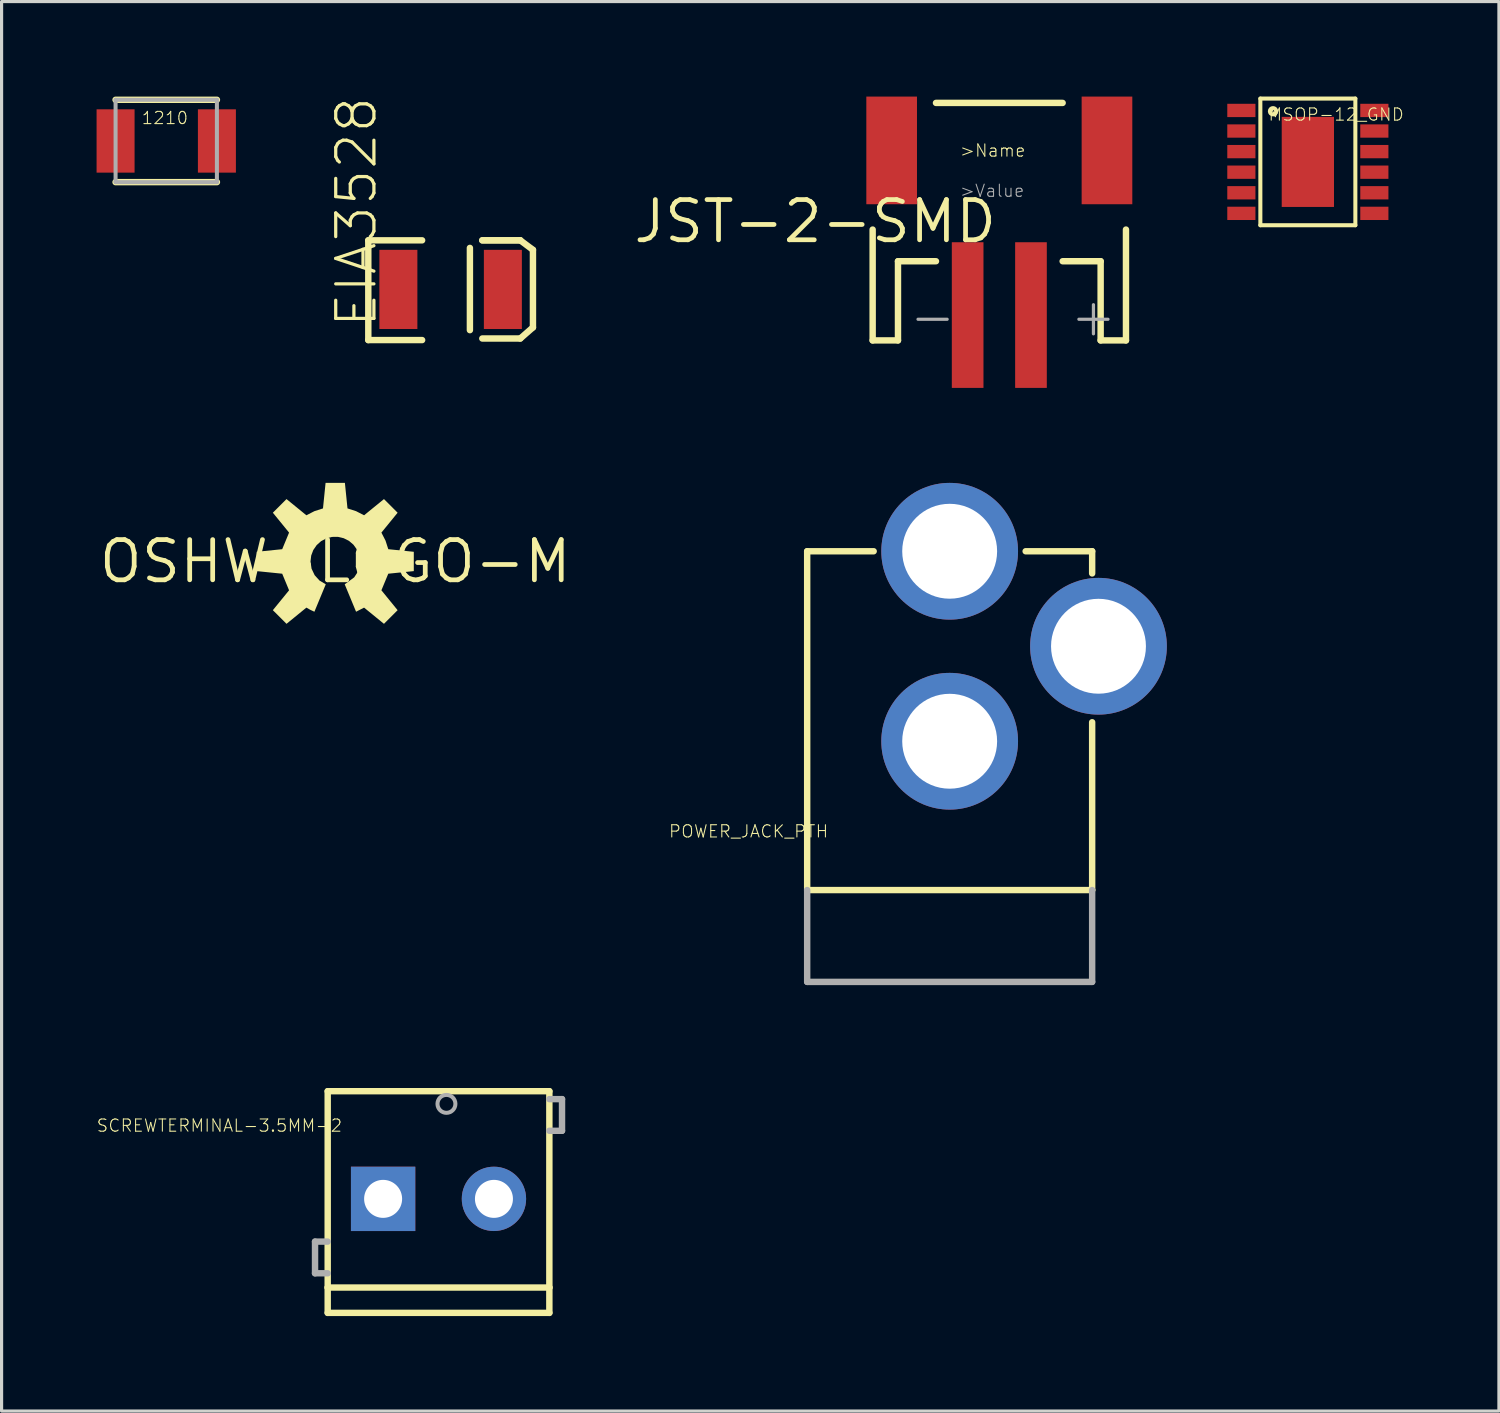
<source format=kicad_pcb>
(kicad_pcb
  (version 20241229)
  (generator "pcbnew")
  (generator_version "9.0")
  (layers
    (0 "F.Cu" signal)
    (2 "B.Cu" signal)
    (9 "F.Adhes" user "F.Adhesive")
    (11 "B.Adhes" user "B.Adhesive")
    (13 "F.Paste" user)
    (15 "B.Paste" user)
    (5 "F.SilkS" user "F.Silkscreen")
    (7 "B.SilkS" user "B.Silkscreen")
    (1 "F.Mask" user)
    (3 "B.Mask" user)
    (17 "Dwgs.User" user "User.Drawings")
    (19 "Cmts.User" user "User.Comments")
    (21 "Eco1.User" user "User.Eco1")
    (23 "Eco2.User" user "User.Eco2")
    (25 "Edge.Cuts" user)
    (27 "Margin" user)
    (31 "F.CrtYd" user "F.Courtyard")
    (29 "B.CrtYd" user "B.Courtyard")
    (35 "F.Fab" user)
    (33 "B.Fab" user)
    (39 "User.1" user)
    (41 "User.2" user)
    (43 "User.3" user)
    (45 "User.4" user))
  (footprint "POWER_JACK_PTH"
    (layer "F.Cu")
    (at 26.941 28.059)
    (property "Reference" "POWER_JACK_PTH" (at -3.81 -5.08 0) (layer "F.SilkS") (effects (font (size 0.386 0.386) (thickness 0.033)) (justify right top)))
    (attr through_hole)
    (fp_line (start -4.5 -13.7) (end -2.4 -13.7) (stroke (width 0.203) (type solid)) (layer "F.SilkS"))
    (fp_line (start -4.5 -3) (end -4.5 -13.7) (stroke (width 0.203) (type solid)) (layer "F.SilkS"))
    (fp_line (start -4.5 -3) (end 4.5 -3) (stroke (width 0.203) (type solid)) (layer "F.SilkS"))
    (fp_line (start 4.5 -13.7) (end 2.4 -13.7) (stroke (width 0.203) (type solid)) (layer "F.SilkS"))
    (fp_line (start 4.5 -13.7) (end 4.5 -13) (stroke (width 0.203) (type solid)) (layer "F.SilkS"))
    (fp_line (start 4.5 -3) (end 4.5 -8.3) (stroke (width 0.203) (type solid)) (layer "F.SilkS"))
    (fp_line (start -4.5 -3) (end -4.5 -0.1) (stroke (width 0.203) (type solid)) (layer "F.Fab"))
    (fp_line (start 4.5 -0.1) (end -4.5 -0.1) (stroke (width 0.203) (type solid)) (layer "F.Fab"))
    (fp_line (start 4.5 -0.1) (end 4.5 -3) (stroke (width 0.203) (type solid)) (layer "F.Fab"))
    (pad "GND" thru_hole circle (at 0 -7.7) (size 4.318 4.318) (drill 2.997) (layers "*.Cu" "*.Mask"))
    (pad "GNDBREAK" thru_hole circle (at 4.7 -10.7 90) (size 4.318 4.318) (drill 2.997) (layers "*.Cu" "*.Mask"))
    (pad "PWR" thru_hole circle (at 0 -13.7) (size 4.318 4.318) (drill 2.997) (layers "*.Cu" "*.Mask")))
  (footprint "MSOP-12_GND"
    (layer "F.Cu")
    (at 38.253 2.063)
    (property "Reference" "MSOP-12_GND" (at -1.27 -1.27 0) (layer "F.SilkS") (effects (font (size 0.386 0.386) (thickness 0.033)) (justify left bottom)))
    (attr through_hole)
    (fp_line (start -1.5 -2) (end -1.5 2) (stroke (width 0.127) (type solid)) (layer "F.SilkS"))
    (fp_line (start -1.5 2) (end 1.5 2) (stroke (width 0.127) (type solid)) (layer "F.SilkS"))
    (fp_line (start 1.5 -2) (end -1.5 -2) (stroke (width 0.127) (type solid)) (layer "F.SilkS"))
    (fp_line (start 1.5 2) (end 1.5 -2) (stroke (width 0.127) (type solid)) (layer "F.SilkS"))
    (fp_circle (center -1.1 -1.6) (end -1 -1.6) (stroke (width 0.127) (type solid)) (fill no) (layer "F.SilkS"))
    (fp_poly (pts (xy -0.7 -0.2) (xy -0.1 -0.2) (xy -0.1 -1.3) (xy -0.7 -1.3)) (stroke (width 0) (type solid)) (fill yes) (layer "F.Paste"))
    (fp_poly (pts (xy -0.7 1.3) (xy -0.1 1.3) (xy -0.1 0.2) (xy -0.7 0.2)) (stroke (width 0) (type solid)) (fill yes) (layer "F.Paste"))
    (fp_poly (pts (xy 0.1 -0.2) (xy 0.7 -0.2) (xy 0.7 -1.3) (xy 0.1 -1.3)) (stroke (width 0) (type solid)) (fill yes) (layer "F.Paste"))
    (fp_poly (pts (xy 0.1 1.3) (xy 0.7 1.3) (xy 0.7 0.2) (xy 0.1 0.2)) (stroke (width 0) (type solid)) (fill yes) (layer "F.Paste"))
    (pad "1" smd rect (at -2.1 -1.625 180) (size 0.889 0.42) (layers "F.Cu" "F.Mask" "F.Paste"))
    (pad "2" smd rect (at -2.1 -0.975 180) (size 0.889 0.42) (layers "F.Cu" "F.Mask" "F.Paste"))
    (pad "3" smd rect (at -2.1 -0.325 180) (size 0.889 0.42) (layers "F.Cu" "F.Mask" "F.Paste"))
    (pad "4" smd rect (at -2.1 0.325 180) (size 0.889 0.42) (layers "F.Cu" "F.Mask" "F.Paste"))
    (pad "5" smd rect (at -2.1 0.975 180) (size 0.889 0.42) (layers "F.Cu" "F.Mask" "F.Paste"))
    (pad "6" smd rect (at -2.1 1.625 180) (size 0.889 0.42) (layers "F.Cu" "F.Mask" "F.Paste"))
    (pad "7" smd rect (at 2.1 1.625 180) (size 0.889 0.42) (layers "F.Cu" "F.Mask" "F.Paste"))
    (pad "8" smd rect (at 2.1 0.975 180) (size 0.889 0.42) (layers "F.Cu" "F.Mask" "F.Paste"))
    (pad "9" smd rect (at 2.1 0.325 180) (size 0.889 0.42) (layers "F.Cu" "F.Mask" "F.Paste"))
    (pad "10" smd rect (at 2.1 -0.325 180) (size 0.889 0.42) (layers "F.Cu" "F.Mask" "F.Paste"))
    (pad "11" smd rect (at 2.1 -0.975 180) (size 0.889 0.42) (layers "F.Cu" "F.Mask" "F.Paste"))
    (pad "12" smd rect (at 2.1 -1.625 180) (size 0.889 0.42) (layers "F.Cu" "F.Mask" "F.Paste"))
    (pad "13" smd rect (at 0 0 90) (size 2.845 1.651) (layers "F.Cu" "F.Mask")))
  (footprint "JST-2-SMD"
    (layer "F.Cu")
    (at 28.509 3.2)
    (property "Reference" "JST-2-SMD" (at 0 0 0) (layer "F.SilkS") (effects (font (size 1.27 1.27) (thickness 0.15)) (justify right top)))
    (attr through_hole)
    (fp_line (start -4 1) (end -4 4.5) (stroke (width 0.203) (type solid)) (layer "F.SilkS"))
    (fp_line (start -4 4.5) (end -3.2 4.5) (stroke (width 0.203) (type solid)) (layer "F.SilkS"))
    (fp_line (start -3.2 2) (end -2 2) (stroke (width 0.203) (type solid)) (layer "F.SilkS"))
    (fp_line (start -3.2 4.5) (end -3.2 2) (stroke (width 0.203) (type solid)) (layer "F.SilkS"))
    (fp_line (start 2 -3) (end -2 -3) (stroke (width 0.203) (type solid)) (layer "F.SilkS"))
    (fp_line (start 2 2) (end 3.2 2) (stroke (width 0.203) (type solid)) (layer "F.SilkS"))
    (fp_line (start 3.2 2) (end 3.2 4.5) (stroke (width 0.203) (type solid)) (layer "F.SilkS"))
    (fp_line (start 3.2 4.5) (end 4 4.5) (stroke (width 0.203) (type solid)) (layer "F.SilkS"))
    (fp_line (start 4 4.5) (end 4 1) (stroke (width 0.203) (type solid)) (layer "F.SilkS"))
    (fp_text user ">Name" (at -1.27 -1.27 0) (layer "F.SilkS") (effects (font (size 0.386 0.386) (thickness 0.033)) (justify left bottom)))
    (fp_text user ">Value" (at -1.27 0 0) (layer "F.Fab") (effects (font (size 0.386 0.386) (thickness 0.033)) (justify left bottom)))
    (fp_text user "+" (at 2.159 4.445 0) (layer "F.Fab") (effects (font (size 1.206 1.206) (thickness 0.102)) (justify left bottom)))
    (fp_text user "-" (at -2.921 4.445 0) (layer "F.Fab") (effects (font (size 1.206 1.206) (thickness 0.102)) (justify left bottom)))
    (pad "1" smd rect (at -1 3.7) (size 1 4.6) (layers "F.Cu" "F.Mask" "F.Paste"))
    (pad "2" smd rect (at 1 3.7) (size 1 4.6) (layers "F.Cu" "F.Mask" "F.Paste"))
    (pad "NC1" smd rect (at -3.4 -1.5 90) (size 3.4 1.6) (layers "F.Cu" "F.Mask" "F.Paste"))
    (pad "NC2" smd rect (at 3.4 -1.5 90) (size 3.4 1.6) (layers "F.Cu" "F.Mask" "F.Paste")))
  (footprint "SCREWTERMINAL-3.5MM-2"
    (layer "F.Cu")
    (at 9.049 34.811)
    (property "Reference" "SCREWTERMINAL-3.5MM-2" (at -1.27 -2.54 0) (layer "F.SilkS") (effects (font (size 0.386 0.386) (thickness 0.033)) (justify right top)))
    (attr through_hole)
    (fp_line (start -1.75 -3.4) (end 5.25 -3.4) (stroke (width 0.203) (type solid)) (layer "F.SilkS"))
    (fp_line (start -1.75 2.8) (end -1.75 -3.4) (stroke (width 0.203) (type solid)) (layer "F.SilkS"))
    (fp_line (start -1.75 3.6) (end -1.75 2.8) (stroke (width 0.203) (type solid)) (layer "F.SilkS"))
    (fp_line (start 5.25 -3.4) (end 5.25 2.8) (stroke (width 0.203) (type solid)) (layer "F.SilkS"))
    (fp_line (start 5.25 2.8) (end -1.75 2.8) (stroke (width 0.203) (type solid)) (layer "F.SilkS"))
    (fp_line (start 5.25 2.8) (end 5.25 3.6) (stroke (width 0.203) (type solid)) (layer "F.SilkS"))
    (fp_line (start 5.25 3.6) (end -1.75 3.6) (stroke (width 0.203) (type solid)) (layer "F.SilkS"))
    (fp_line (start -2.15 1.35) (end -2.15 2.35) (stroke (width 0.203) (type solid)) (layer "F.Fab"))
    (fp_line (start -2.15 2.35) (end -1.75 2.35) (stroke (width 0.203) (type solid)) (layer "F.Fab"))
    (fp_line (start -1.75 1.35) (end -2.15 1.35) (stroke (width 0.203) (type solid)) (layer "F.Fab"))
    (fp_line (start 5.25 -3.15) (end 5.65 -3.15) (stroke (width 0.203) (type solid)) (layer "F.Fab"))
    (fp_line (start 5.65 -3.15) (end 5.65 -2.15) (stroke (width 0.203) (type solid)) (layer "F.Fab"))
    (fp_line (start 5.65 -2.15) (end 5.25 -2.15) (stroke (width 0.203) (type solid)) (layer "F.Fab"))
    (fp_circle (center 2 -3) (end 2.283 -3) (stroke (width 0.127) (type solid)) (fill no) (layer "F.Fab"))
    (pad "1" thru_hole rect (at 0 0) (size 2.032 2.032) (drill 1.2) (layers "*.Cu" "*.Mask"))
    (pad "2" thru_hole circle (at 3.5 0) (size 2.032 2.032) (drill 1.2) (layers "*.Cu" "*.Mask")))
  (footprint "OSHW-LOGO-M"
    (layer "F.Cu")
    (at 7.537 14.681)
    (property "Reference" "OSHW-LOGO-M" (at 0 0 0) (layer "F.SilkS") (effects (font (size 1.27 1.27) (thickness 0.15))))
    (attr through_hole)
    (fp_poly (pts (xy 0.658 1.588) (xy 0.911 1.458) (xy 1.539 1.97) (xy 1.97 1.539) (xy 1.458 0.911) (xy 1.675 0.387) (xy 2.481 0.305) (xy 2.481 -0.305) (xy 1.675 -0.387) (xy 1.588 -0.658) (xy 1.458 -0.911) (xy 1.97 -1.539) (xy 1.539 -1.97) (xy 0.911 -1.458) (xy 0.658 -1.588) (xy 0.387 -1.675) (xy 0.305 -2.481) (xy -0.305 -2.481) (xy -0.387 -1.675) (xy -0.658 -1.588) (xy -0.911 -1.458) (xy -1.539 -1.97) (xy -1.97 -1.539) (xy -1.458 -0.911) (xy -1.675 -0.387) (xy -2.481 -0.305) (xy -2.481 0.305) (xy -1.675 0.387) (xy -1.458 0.911) (xy -1.97 1.539) (xy -1.539 1.97) (xy -0.911 1.458) (xy -0.787 1.528) (xy -0.658 1.588) (xy -0.299 0.722) (xy -0.496 0.604) (xy -0.65 0.434) (xy -0.748 0.227) (xy -0.781 0) (xy -0.759 -0.186) (xy -0.693 -0.361) (xy -0.587 -0.515) (xy -0.448 -0.64) (xy -0.283 -0.728) (xy -0.102 -0.775) (xy 0.085 -0.777) (xy 0.267 -0.734) (xy 0.434 -0.65) (xy 0.576 -0.528) (xy 0.685 -0.376) (xy 0.755 -0.202) (xy 0.781 -0.017) (xy 0.763 0.169) (xy 0.701 0.346) (xy 0.599 0.502) (xy 0.299 0.722)) (stroke (width 0) (type solid)) (fill yes) (layer "F.SilkS")))
  (footprint "EIA3528"
    (layer "F.Cu")
    (at 11.181 6.09)
    (property "Reference" "EIA3528" (at -2.27 1.27 90) (layer "F.SilkS") (effects (font (size 1.206 1.206) (thickness 0.102)) (justify left bottom)))
    (attr through_hole)
    (fp_line (start -2.6 -1.55) (end -0.9 -1.55) (stroke (width 0.203) (type solid)) (layer "F.SilkS"))
    (fp_line (start -2.6 1.6) (end -2.6 -1.55) (stroke (width 0.203) (type solid)) (layer "F.SilkS"))
    (fp_line (start -0.9 1.6) (end -2.6 1.6) (stroke (width 0.203) (type solid)) (layer "F.SilkS"))
    (fp_line (start 0.609 -1.311) (end 0.609 1.286) (stroke (width 0.203) (type solid)) (layer "F.SilkS"))
    (fp_line (start 1 1.55) (end 2.2 1.55) (stroke (width 0.203) (type solid)) (layer "F.SilkS"))
    (fp_line (start 2.2 -1.55) (end 1 -1.55) (stroke (width 0.203) (type solid)) (layer "F.SilkS"))
    (fp_line (start 2.2 -1.55) (end 1 -1.55) (stroke (width 0.203) (type solid)) (layer "F.SilkS"))
    (fp_line (start 2.2 1.55) (end 2.6 1.2) (stroke (width 0.203) (type solid)) (layer "F.SilkS"))
    (fp_line (start 2.6 -1.25) (end 2.2 -1.55) (stroke (width 0.203) (type solid)) (layer "F.SilkS"))
    (fp_line (start 2.6 1.2) (end 2.6 -1.25) (stroke (width 0.203) (type solid)) (layer "F.SilkS"))
    (pad "A" smd rect (at 1.65 0 90) (size 2.5 1.2) (layers "F.Cu" "F.Mask" "F.Paste"))
    (pad "C" smd rect (at -1.65 0 90) (size 2.5 1.2) (layers "F.Cu" "F.Mask" "F.Paste")))
  (footprint "1210"
    (layer "F.Cu")
    (at 2.2 1.402)
    (property "Reference" "1210" (at -0.8 -0.5 0) (layer "F.SilkS") (effects (font (size 0.386 0.386) (thickness 0.033)) (justify left bottom)))
    (attr through_hole)
    (fp_line (start -1.6 -1.3) (end 1.6 -1.3) (stroke (width 0.203) (type solid)) (layer "F.SilkS"))
    (fp_line (start -1.6 1.3) (end 1.6 1.3) (stroke (width 0.203) (type solid)) (layer "F.SilkS"))
    (fp_line (start -1.6 -1.3) (end 1.6 -1.3) (stroke (width 0.127) (type solid)) (layer "F.Fab"))
    (fp_line (start -1.6 1.3) (end -1.6 -1.3) (stroke (width 0.127) (type solid)) (layer "F.Fab"))
    (fp_line (start 1.6 -1.3) (end 1.6 1.3) (stroke (width 0.127) (type solid)) (layer "F.Fab"))
    (fp_line (start 1.6 1.3) (end -1.6 1.3) (stroke (width 0.127) (type solid)) (layer "F.Fab"))
    (pad "1" smd rect (at -1.6 0) (size 1.2 2) (layers "F.Cu" "F.Mask" "F.Paste"))
    (pad "2" smd rect (at 1.6 0) (size 1.2 2) (layers "F.Cu" "F.Mask" "F.Paste")))
  (gr_rect
    (start -3 -3)
    (end 44.287 41.512)
    (stroke (width 0.1) (type default))
    (fill no)
    (layer "Edge.Cuts")))
</source>
